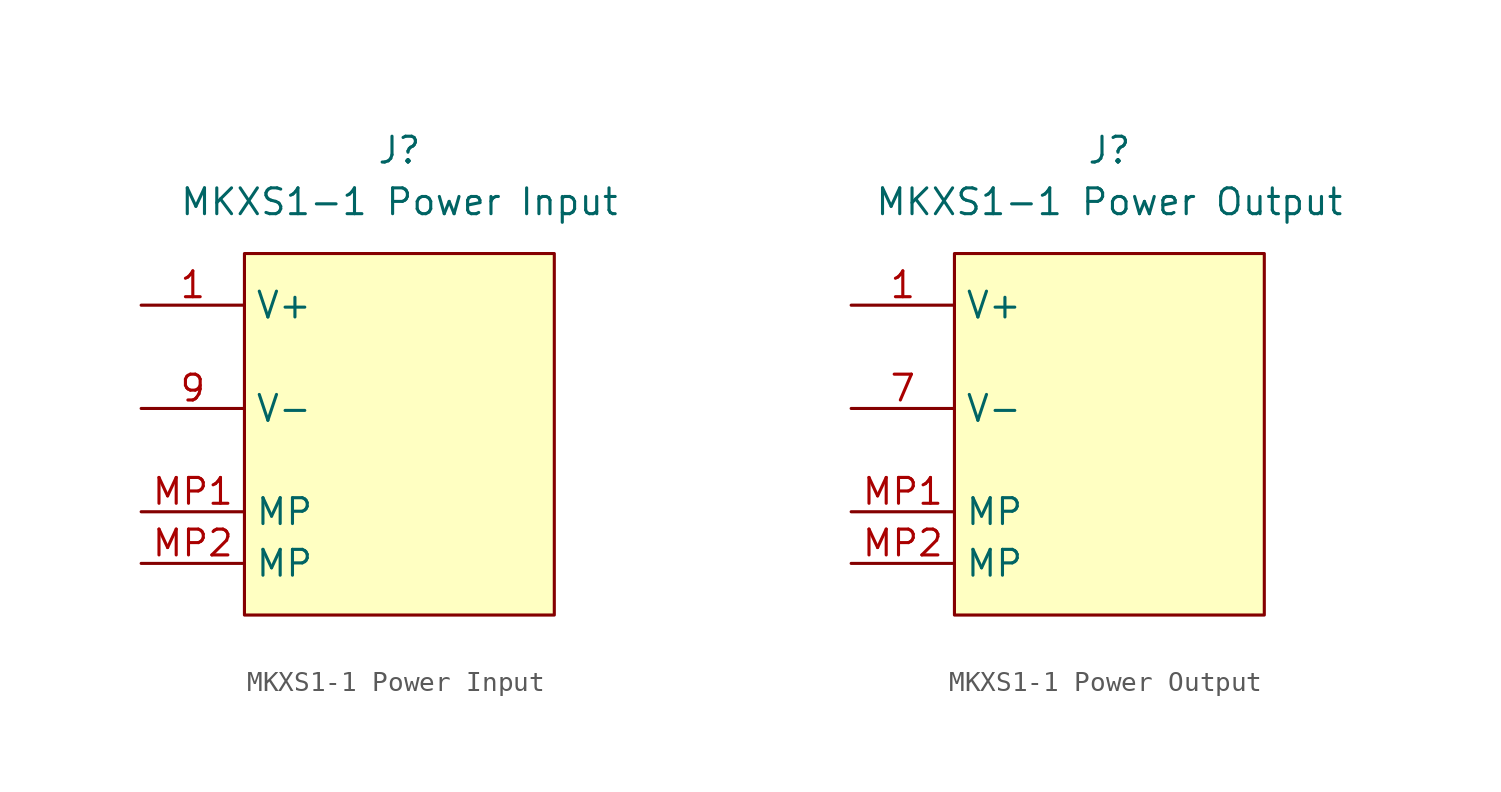
<source format=kicad_sym>
(kicad_symbol_lib
  (version 20241209)
  (generator "kicad_symbol_editor")
  (generator_version "9.0")
  (symbol "MKXS1-1 Power Input"
    (property "Reference" "J"
      (at 0 5.08 0)
      (effects (font (size 1.27 1.27))))
    (property "Value" "MKXS1-1 Power Input"
      (at 0 2.54 0)
      (effects (font (size 1.27 1.27))))
    (symbol "MKXS1-1 Power Input_1_1"
      (rectangle (start -7.62 0) (end 7.62 -17.78) (stroke (width 0) (type solid)) (fill (type background)))
      (pin power_out line (at -12.7 -2.54 0) (length 5.08) (name "V+" (effects (font (size 1.27 1.27)))) (number "1" (effects (font (size 1.27 1.27)))))
      (pin passive line (at -12.7 -2.54 0) (length 5.08) (hide yes) (name "V+" (effects (font (size 1.27 1.27)))) (number "2" (effects (font (size 1.27 1.27)))))
      (pin passive line (at -12.7 -2.54 0) (length 5.08) (hide yes) (name "V+" (effects (font (size 1.27 1.27)))) (number "25" (effects (font (size 1.27 1.27)))))
      (pin passive line (at -12.7 -2.54 0) (length 5.08) (hide yes) (name "V+" (effects (font (size 1.27 1.27)))) (number "26" (effects (font (size 1.27 1.27)))))
      (pin passive line (at -12.7 -2.54 0) (length 5.08) (hide yes) (name "V+" (effects (font (size 1.27 1.27)))) (number "27" (effects (font (size 1.27 1.27)))))
      (pin passive line (at -12.7 -2.54 0) (length 5.08) (hide yes) (name "V+" (effects (font (size 1.27 1.27)))) (number "28" (effects (font (size 1.27 1.27)))))
      (pin passive line (at -12.7 -2.54 0) (length 5.08) (hide yes) (name "V+" (effects (font (size 1.27 1.27)))) (number "29" (effects (font (size 1.27 1.27)))))
      (pin passive line (at -12.7 -2.54 0) (length 5.08) (hide yes) (name "V+" (effects (font (size 1.27 1.27)))) (number "3" (effects (font (size 1.27 1.27)))))
      (pin passive line (at -12.7 -2.54 0) (length 5.08) (hide yes) (name "V+" (effects (font (size 1.27 1.27)))) (number "30" (effects (font (size 1.27 1.27)))))
      (pin passive line (at -12.7 -2.54 0) (length 5.08) (hide yes) (name "V+" (effects (font (size 1.27 1.27)))) (number "4" (effects (font (size 1.27 1.27)))))
      (pin passive line (at -12.7 -2.54 0) (length 5.08) (hide yes) (name "V+" (effects (font (size 1.27 1.27)))) (number "5" (effects (font (size 1.27 1.27)))))
      (pin passive line (at -12.7 -2.54 0) (length 5.08) (hide yes) (name "V+" (effects (font (size 1.27 1.27)))) (number "6" (effects (font (size 1.27 1.27)))))
      (pin passive line (at -12.7 -7.62 0) (length 5.08) (hide yes) (name "V-" (effects (font (size 1.27 1.27)))) (number "10" (effects (font (size 1.27 1.27)))))
      (pin passive line (at -12.7 -7.62 0) (length 5.08) (hide yes) (name "V-" (effects (font (size 1.27 1.27)))) (number "11" (effects (font (size 1.27 1.27)))))
      (pin passive line (at -12.7 -7.62 0) (length 5.08) (hide yes) (name "V-" (effects (font (size 1.27 1.27)))) (number "12" (effects (font (size 1.27 1.27)))))
      (pin passive line (at -12.7 -7.62 0) (length 5.08) (hide yes) (name "V-" (effects (font (size 1.27 1.27)))) (number "19" (effects (font (size 1.27 1.27)))))
      (pin passive line (at -12.7 -7.62 0) (length 5.08) (hide yes) (name "V-" (effects (font (size 1.27 1.27)))) (number "20" (effects (font (size 1.27 1.27)))))
      (pin passive line (at -12.7 -7.62 0) (length 5.08) (hide yes) (name "V-" (effects (font (size 1.27 1.27)))) (number "21" (effects (font (size 1.27 1.27)))))
      (pin passive line (at -12.7 -7.62 0) (length 5.08) (hide yes) (name "V-" (effects (font (size 1.27 1.27)))) (number "22" (effects (font (size 1.27 1.27)))))
      (pin passive line (at -12.7 -7.62 0) (length 5.08) (hide yes) (name "V-" (effects (font (size 1.27 1.27)))) (number "23" (effects (font (size 1.27 1.27)))))
      (pin passive line (at -12.7 -7.62 0) (length 5.08) (hide yes) (name "V-" (effects (font (size 1.27 1.27)))) (number "24" (effects (font (size 1.27 1.27)))))
      (pin passive line (at -12.7 -7.62 0) (length 5.08) (hide yes) (name "V-" (effects (font (size 1.27 1.27)))) (number "7" (effects (font (size 1.27 1.27)))))
      (pin passive line (at -12.7 -7.62 0) (length 5.08) (hide yes) (name "V-" (effects (font (size 1.27 1.27)))) (number "8" (effects (font (size 1.27 1.27)))))
      (pin power_out line (at -12.7 -7.62 0) (length 5.08) (name "V-" (effects (font (size 1.27 1.27)))) (number "9" (effects (font (size 1.27 1.27)))))
      (pin passive line (at -12.7 -12.7 0) (length 5.08) (name "MP" (effects (font (size 1.27 1.27)))) (number "MP1" (effects (font (size 1.27 1.27)))))
      (pin passive line (at -12.7 -15.24 0) (length 5.08) (name "MP" (effects (font (size 1.27 1.27)))) (number "MP2" (effects (font (size 1.27 1.27)))))
      (pin no_connect line (at 12.7 -2.54 180) (length 5.08) (hide yes) (name "RFU" (effects (font (size 1.27 1.27)))) (number "13" (effects (font (size 1.27 1.27)))))
      (pin no_connect line (at 12.7 -5.08 180) (length 5.08) (hide yes) (name "RFU" (effects (font (size 1.27 1.27)))) (number "14" (effects (font (size 1.27 1.27)))))
      (pin no_connect line (at 12.7 -7.62 180) (length 5.08) (hide yes) (name "RFU" (effects (font (size 1.27 1.27)))) (number "15" (effects (font (size 1.27 1.27)))))
      (pin no_connect line (at 12.7 -10.16 180) (length 5.08) (hide yes) (name "RFU" (effects (font (size 1.27 1.27)))) (number "16" (effects (font (size 1.27 1.27)))))
      (pin no_connect line (at 12.7 -12.7 180) (length 5.08) (hide yes) (name "RFU" (effects (font (size 1.27 1.27)))) (number "17" (effects (font (size 1.27 1.27)))))
      (pin no_connect line (at 12.7 -15.24 180) (length 5.08) (hide yes) (name "RFU" (effects (font (size 1.27 1.27)))) (number "18" (effects (font (size 1.27 1.27)))))))
  (symbol "MKXS1-1 Power Output"
    (property "Reference" "J"
      (at 0 5.08 0)
      (effects (font (size 1.27 1.27))))
    (property "Value" "MKXS1-1 Power Output"
      (at 0 2.54 0)
      (effects (font (size 1.27 1.27))))
    (symbol "MKXS1-1 Power Output_1_1"
      (rectangle (start -7.62 0) (end 7.62 -17.78) (stroke (width 0) (type solid)) (fill (type background)))
      (pin power_in line (at -12.7 -2.54 0) (length 5.08) (name "V+" (effects (font (size 1.27 1.27)))) (number "1" (effects (font (size 1.27 1.27)))))
      (pin passive line (at -12.7 -2.54 0) (length 5.08) (hide yes) (name "V+" (effects (font (size 1.27 1.27)))) (number "2" (effects (font (size 1.27 1.27)))))
      (pin passive line (at -12.7 -2.54 0) (length 5.08) (hide yes) (name "V+" (effects (font (size 1.27 1.27)))) (number "25" (effects (font (size 1.27 1.27)))))
      (pin passive line (at -12.7 -2.54 0) (length 5.08) (hide yes) (name "V+" (effects (font (size 1.27 1.27)))) (number "26" (effects (font (size 1.27 1.27)))))
      (pin passive line (at -12.7 -2.54 0) (length 5.08) (hide yes) (name "V+" (effects (font (size 1.27 1.27)))) (number "27" (effects (font (size 1.27 1.27)))))
      (pin passive line (at -12.7 -2.54 0) (length 5.08) (hide yes) (name "V+" (effects (font (size 1.27 1.27)))) (number "28" (effects (font (size 1.27 1.27)))))
      (pin passive line (at -12.7 -2.54 0) (length 5.08) (hide yes) (name "V+" (effects (font (size 1.27 1.27)))) (number "29" (effects (font (size 1.27 1.27)))))
      (pin passive line (at -12.7 -2.54 0) (length 5.08) (hide yes) (name "V+" (effects (font (size 1.27 1.27)))) (number "3" (effects (font (size 1.27 1.27)))))
      (pin passive line (at -12.7 -2.54 0) (length 5.08) (hide yes) (name "V+" (effects (font (size 1.27 1.27)))) (number "30" (effects (font (size 1.27 1.27)))))
      (pin passive line (at -12.7 -2.54 0) (length 5.08) (hide yes) (name "V+" (effects (font (size 1.27 1.27)))) (number "4" (effects (font (size 1.27 1.27)))))
      (pin passive line (at -12.7 -2.54 0) (length 5.08) (hide yes) (name "V+" (effects (font (size 1.27 1.27)))) (number "5" (effects (font (size 1.27 1.27)))))
      (pin passive line (at -12.7 -2.54 0) (length 5.08) (hide yes) (name "V+" (effects (font (size 1.27 1.27)))) (number "6" (effects (font (size 1.27 1.27)))))
      (pin passive line (at -12.7 -7.62 0) (length 5.08) (hide yes) (name "V-" (effects (font (size 1.27 1.27)))) (number "10" (effects (font (size 1.27 1.27)))))
      (pin passive line (at -12.7 -7.62 0) (length 5.08) (hide yes) (name "V-" (effects (font (size 1.27 1.27)))) (number "11" (effects (font (size 1.27 1.27)))))
      (pin passive line (at -12.7 -7.62 0) (length 5.08) (hide yes) (name "V-" (effects (font (size 1.27 1.27)))) (number "12" (effects (font (size 1.27 1.27)))))
      (pin passive line (at -12.7 -7.62 0) (length 5.08) (hide yes) (name "V-" (effects (font (size 1.27 1.27)))) (number "19" (effects (font (size 1.27 1.27)))))
      (pin passive line (at -12.7 -7.62 0) (length 5.08) (hide yes) (name "V-" (effects (font (size 1.27 1.27)))) (number "20" (effects (font (size 1.27 1.27)))))
      (pin passive line (at -12.7 -7.62 0) (length 5.08) (hide yes) (name "V-" (effects (font (size 1.27 1.27)))) (number "21" (effects (font (size 1.27 1.27)))))
      (pin passive line (at -12.7 -7.62 0) (length 5.08) (hide yes) (name "V-" (effects (font (size 1.27 1.27)))) (number "22" (effects (font (size 1.27 1.27)))))
      (pin passive line (at -12.7 -7.62 0) (length 5.08) (hide yes) (name "V-" (effects (font (size 1.27 1.27)))) (number "23" (effects (font (size 1.27 1.27)))))
      (pin passive line (at -12.7 -7.62 0) (length 5.08) (hide yes) (name "V-" (effects (font (size 1.27 1.27)))) (number "24" (effects (font (size 1.27 1.27)))))
      (pin power_in line (at -12.7 -7.62 0) (length 5.08) (name "V-" (effects (font (size 1.27 1.27)))) (number "7" (effects (font (size 1.27 1.27)))))
      (pin passive line (at -12.7 -7.62 0) (length 5.08) (hide yes) (name "V-" (effects (font (size 1.27 1.27)))) (number "8" (effects (font (size 1.27 1.27)))))
      (pin passive line (at -12.7 -7.62 0) (length 5.08) (hide yes) (name "V-" (effects (font (size 1.27 1.27)))) (number "9" (effects (font (size 1.27 1.27)))))
      (pin passive line (at -12.7 -12.7 0) (length 5.08) (name "MP" (effects (font (size 1.27 1.27)))) (number "MP1" (effects (font (size 1.27 1.27)))))
      (pin passive line (at -12.7 -15.24 0) (length 5.08) (name "MP" (effects (font (size 1.27 1.27)))) (number "MP2" (effects (font (size 1.27 1.27)))))
      (pin no_connect line (at 12.7 -2.54 180) (length 5.08) (hide yes) (name "RFU" (effects (font (size 1.27 1.27)))) (number "13" (effects (font (size 1.27 1.27)))))
      (pin no_connect line (at 12.7 -5.08 180) (length 5.08) (hide yes) (name "RFU" (effects (font (size 1.27 1.27)))) (number "14" (effects (font (size 1.27 1.27)))))
      (pin no_connect line (at 12.7 -7.62 180) (length 5.08) (hide yes) (name "RFU" (effects (font (size 1.27 1.27)))) (number "15" (effects (font (size 1.27 1.27)))))
      (pin no_connect line (at 12.7 -10.16 180) (length 5.08) (hide yes) (name "RFU" (effects (font (size 1.27 1.27)))) (number "16" (effects (font (size 1.27 1.27)))))
      (pin no_connect line (at 12.7 -12.7 180) (length 5.08) (hide yes) (name "RFU" (effects (font (size 1.27 1.27)))) (number "17" (effects (font (size 1.27 1.27)))))
      (pin no_connect line (at 12.7 -15.24 180) (length 5.08) (hide yes) (name "RFU" (effects (font (size 1.27 1.27)))) (number "18" (effects (font (size 1.27 1.27))))))))
</source>
